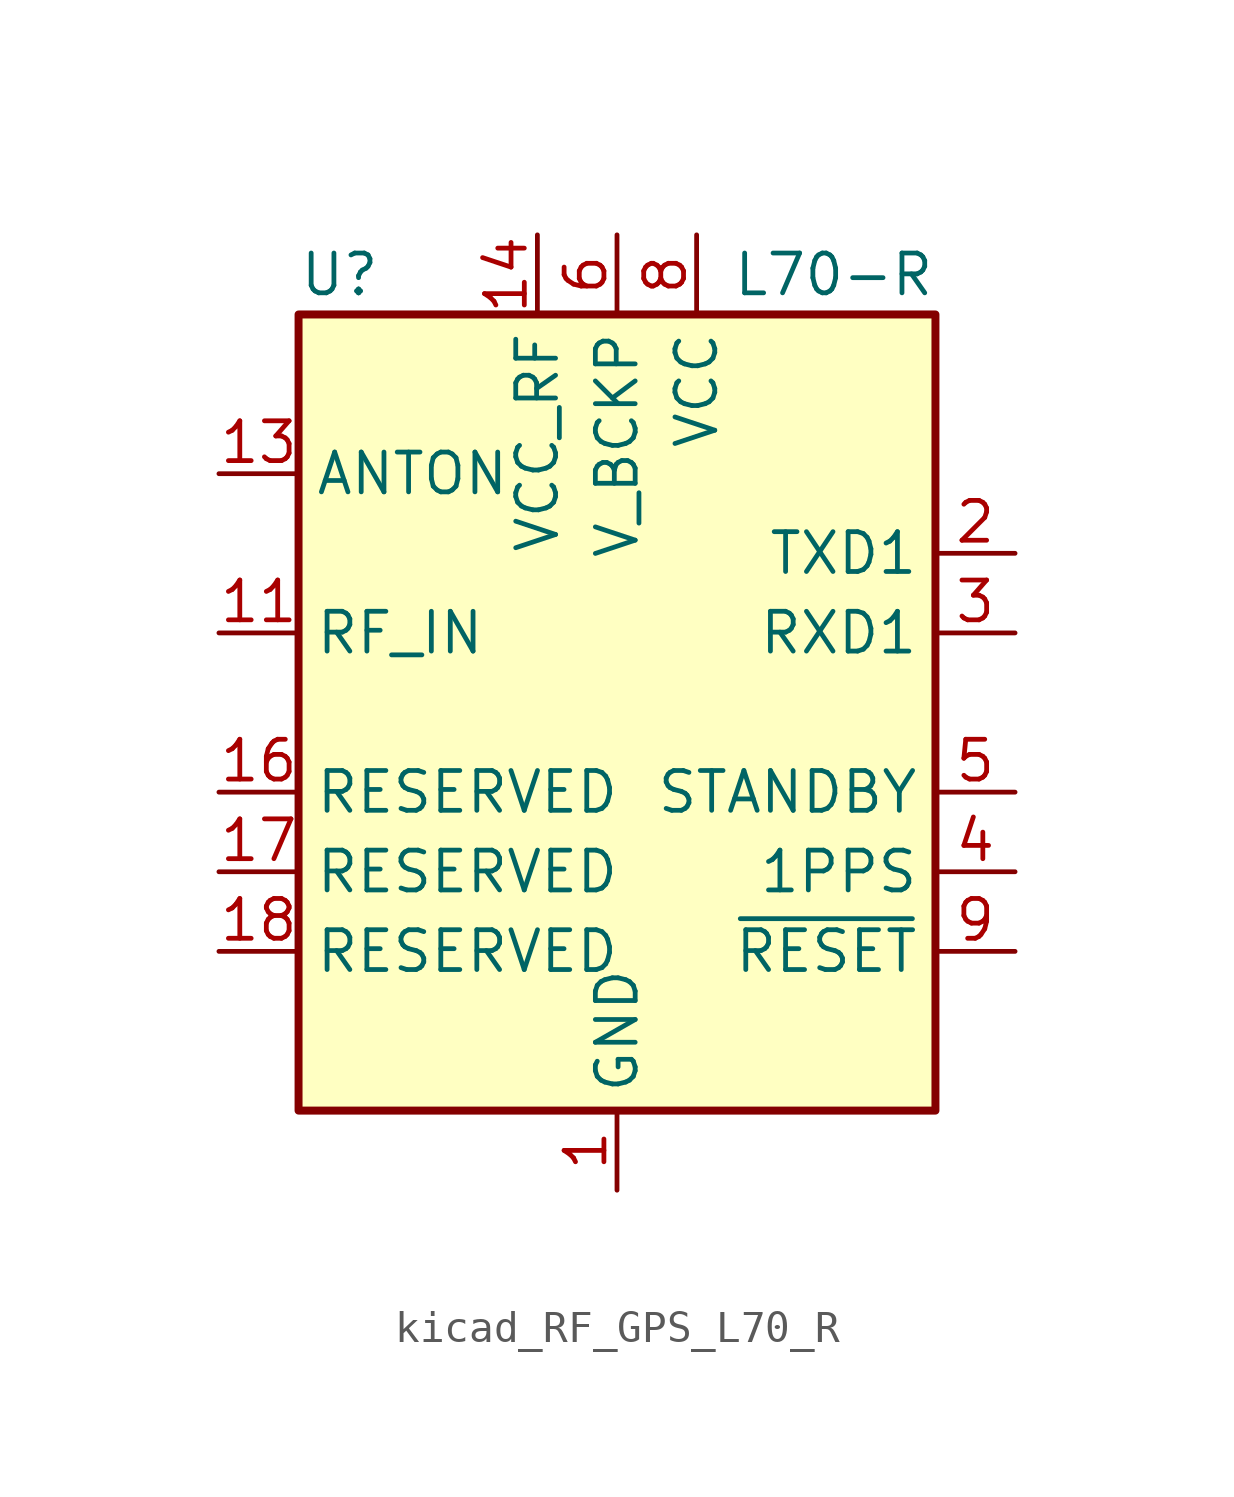
<source format=kicad_sym>
(kicad_symbol_lib
  (version 20220914)
  (generator kicad_symbol_editor)
  (symbol "kicad_RF_GPS_L70_R"
    (property "Reference" "U"
      (at -10.16 13.97 0)
      (effects (font (size 1.27 1.27)) (justify left)))
    (property "Value" "L70-R"
      (at 10.16 13.97 0)
      (effects (font (size 1.27 1.27)) (justify right)))
    (symbol "kicad_RF_GPS_L70_R_0_1"
      (rectangle (start -10.16 12.7) (end 10.16 -12.7) (stroke (width 0.254) (type default)) (fill (type background))))
    (symbol "kicad_RF_GPS_L70_R_1_1"
      (pin power_in line (at 0 -15.24 90) (length 2.54) (name "GND" (effects (font (size 1.27 1.27)))) (number "1" (effects (font (size 1.27 1.27)))))
      (pin passive line (at 0 -15.24 90) (length 2.54) hide (name "GND" (effects (font (size 1.27 1.27)))) (number "10" (effects (font (size 1.27 1.27)))))
      (pin input line (at -12.7 2.54 0) (length 2.54) (name "RF_IN" (effects (font (size 1.27 1.27)))) (number "11" (effects (font (size 1.27 1.27)))))
      (pin passive line (at 0 -15.24 90) (length 2.54) hide (name "GND" (effects (font (size 1.27 1.27)))) (number "12" (effects (font (size 1.27 1.27)))))
      (pin output line (at -12.7 7.62 0) (length 2.54) (name "ANTON" (effects (font (size 1.27 1.27)))) (number "13" (effects (font (size 1.27 1.27)))))
      (pin power_out line (at -2.54 15.24 270) (length 2.54) (name "VCC_RF" (effects (font (size 1.27 1.27)))) (number "14" (effects (font (size 1.27 1.27)))))
      (pin no_connect line (at -10.16 0 0) (length 2.54) hide (name "NC" (effects (font (size 1.27 1.27)))) (number "15" (effects (font (size 1.27 1.27)))))
      (pin passive line (at -12.7 -2.54 0) (length 2.54) (name "RESERVED" (effects (font (size 1.27 1.27)))) (number "16" (effects (font (size 1.27 1.27)))))
      (pin passive line (at -12.7 -5.08 0) (length 2.54) (name "RESERVED" (effects (font (size 1.27 1.27)))) (number "17" (effects (font (size 1.27 1.27)))))
      (pin passive line (at -12.7 -7.62 0) (length 2.54) (name "RESERVED" (effects (font (size 1.27 1.27)))) (number "18" (effects (font (size 1.27 1.27)))))
      (pin output line (at 12.7 5.08 180) (length 2.54) (name "TXD1" (effects (font (size 1.27 1.27)))) (number "2" (effects (font (size 1.27 1.27)))))
      (pin input line (at 12.7 2.54 180) (length 2.54) (name "RXD1" (effects (font (size 1.27 1.27)))) (number "3" (effects (font (size 1.27 1.27)))))
      (pin output line (at 12.7 -5.08 180) (length 2.54) (name "1PPS" (effects (font (size 1.27 1.27)))) (number "4" (effects (font (size 1.27 1.27)))))
      (pin input line (at 12.7 -2.54 180) (length 2.54) (name "STANDBY" (effects (font (size 1.27 1.27)))) (number "5" (effects (font (size 1.27 1.27)))))
      (pin power_in line (at 0 15.24 270) (length 2.54) (name "V_BCKP" (effects (font (size 1.27 1.27)))) (number "6" (effects (font (size 1.27 1.27)))))
      (pin no_connect line (at 10.16 0 180) (length 2.54) hide (name "NC" (effects (font (size 1.27 1.27)))) (number "7" (effects (font (size 1.27 1.27)))))
      (pin power_in line (at 2.54 15.24 270) (length 2.54) (name "VCC" (effects (font (size 1.27 1.27)))) (number "8" (effects (font (size 1.27 1.27)))))
      (pin input line (at 12.7 -7.62 180) (length 2.54) (name "~{RESET}" (effects (font (size 1.27 1.27)))) (number "9" (effects (font (size 1.27 1.27))))))))
</source>
